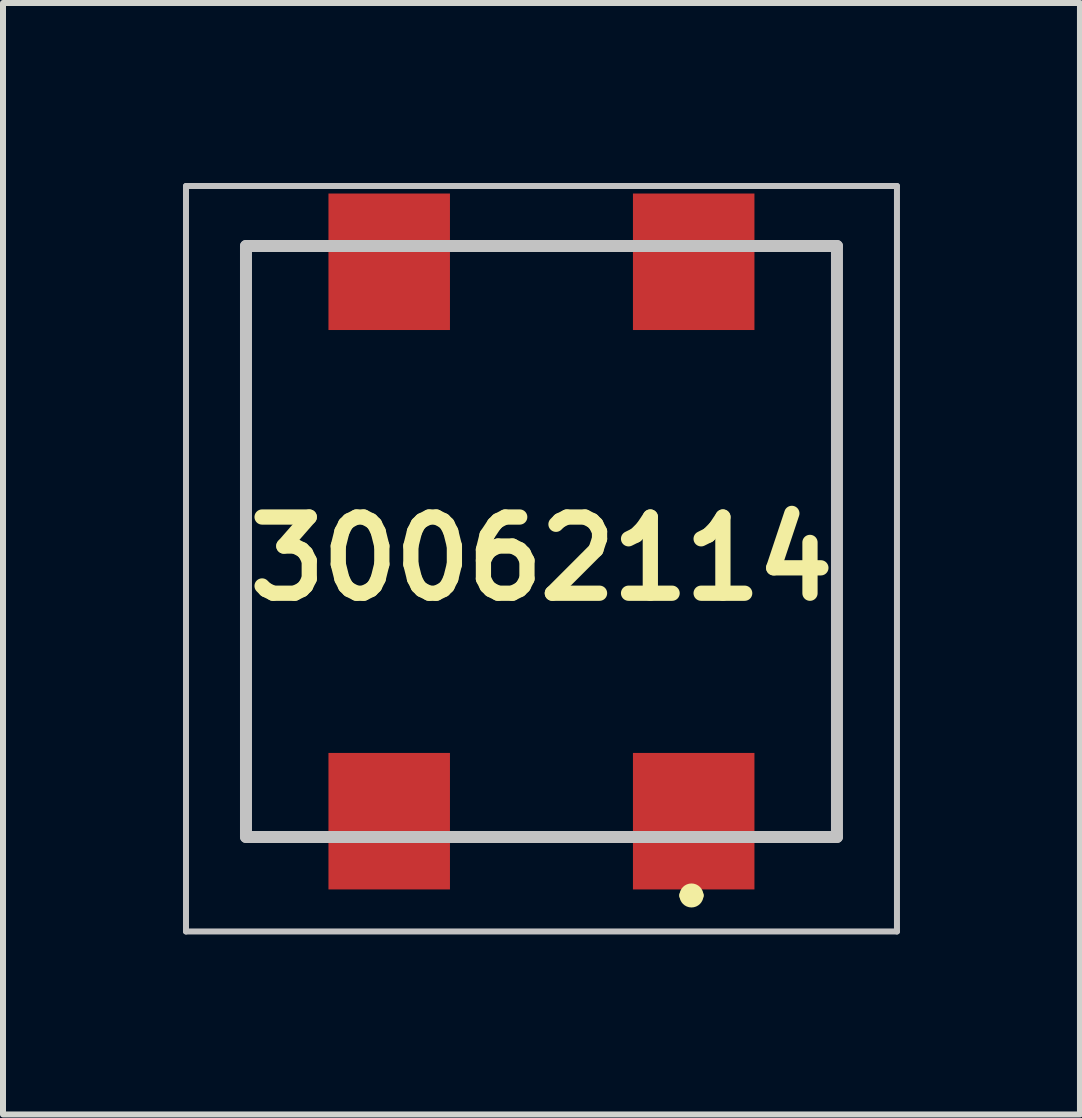
<source format=kicad_pcb>
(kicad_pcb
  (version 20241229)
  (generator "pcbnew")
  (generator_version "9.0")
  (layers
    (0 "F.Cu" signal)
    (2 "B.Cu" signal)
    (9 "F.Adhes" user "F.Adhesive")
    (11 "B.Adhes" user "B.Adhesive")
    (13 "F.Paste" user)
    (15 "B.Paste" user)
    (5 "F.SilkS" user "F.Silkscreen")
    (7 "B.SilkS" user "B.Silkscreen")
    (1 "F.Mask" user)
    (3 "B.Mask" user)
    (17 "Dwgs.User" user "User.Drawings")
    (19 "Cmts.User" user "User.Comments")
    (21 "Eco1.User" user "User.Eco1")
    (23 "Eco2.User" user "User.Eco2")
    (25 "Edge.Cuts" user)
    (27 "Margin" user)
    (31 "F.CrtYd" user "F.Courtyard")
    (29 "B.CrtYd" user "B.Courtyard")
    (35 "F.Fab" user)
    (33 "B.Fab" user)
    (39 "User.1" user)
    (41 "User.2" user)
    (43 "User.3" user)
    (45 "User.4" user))
  (footprint "30062114"
    (layer "F.Cu")
    (at 5.975 5.975)
    (property "Reference" "30062114" (at 0 0.288 0) (layer "F.SilkS") (effects (font (size 1.27 1.27) (thickness 0.254))))
    (attr smd)
    (fp_line (start -4.925 -4.925) (end -4.925 4.925) (stroke (width 0.1) (type solid)) (layer "F.SilkS"))
    (fp_line (start -4.925 4.925) (end -4 4.925) (stroke (width 0.1) (type solid)) (layer "F.SilkS"))
    (fp_line (start -4 -4.925) (end -4.925 -4.925) (stroke (width 0.1) (type solid)) (layer "F.SilkS"))
    (fp_line (start -1 -4.925) (end 1 -4.925) (stroke (width 0.1) (type solid)) (layer "F.SilkS"))
    (fp_line (start -1 4.925) (end 1 4.925) (stroke (width 0.1) (type solid)) (layer "F.SilkS"))
    (fp_line (start 2.4 5.9) (end 2.4 5.9) (stroke (width 0.2) (type solid)) (layer "F.SilkS"))
    (fp_line (start 2.6 5.9) (end 2.6 5.9) (stroke (width 0.2) (type solid)) (layer "F.SilkS"))
    (fp_line (start 4 -4.925) (end 4.925 -4.925) (stroke (width 0.1) (type solid)) (layer "F.SilkS"))
    (fp_line (start 4.925 -4.925) (end 4.925 4.925) (stroke (width 0.1) (type solid)) (layer "F.SilkS"))
    (fp_line (start 4.925 4.925) (end 4 4.925) (stroke (width 0.1) (type solid)) (layer "F.SilkS"))
    (fp_arc (start 2.4 5.9) (mid 2.5 5.8) (end 2.6 5.9) (stroke (width 0.2) (type solid)) (layer "F.SilkS"))
    (fp_arc (start 2.6 5.9) (mid 2.5 6) (end 2.4 5.9) (stroke (width 0.2) (type solid)) (layer "F.SilkS"))
    (fp_line (start -5.925 -5.925) (end 5.925 -5.925) (stroke (width 0.1) (type solid)) (layer "Dwgs.User"))
    (fp_line (start -5.925 6.5) (end -5.925 -5.925) (stroke (width 0.1) (type solid)) (layer "Dwgs.User"))
    (fp_line (start -4.925 -4.925) (end 4.925 -4.925) (stroke (width 0.2) (type solid)) (layer "Dwgs.User"))
    (fp_line (start -4.925 4.925) (end -4.925 -4.925) (stroke (width 0.2) (type solid)) (layer "Dwgs.User"))
    (fp_line (start 4.925 -4.925) (end 4.925 4.925) (stroke (width 0.2) (type solid)) (layer "Dwgs.User"))
    (fp_line (start 4.925 4.925) (end -4.925 4.925) (stroke (width 0.2) (type solid)) (layer "Dwgs.User"))
    (fp_line (start 5.925 -5.925) (end 5.925 6.5) (stroke (width 0.1) (type solid)) (layer "Dwgs.User"))
    (fp_line (start 5.925 6.5) (end -5.925 6.5) (stroke (width 0.1) (type solid)) (layer "Dwgs.User"))
    (pad "1" smd rect (at 2.537 4.662 90) (size 2.275 2.025) (layers "F.Cu" "F.Mask" "F.Paste"))
    (pad "2" smd rect (at -2.538 -4.662 90) (size 2.275 2.025) (layers "F.Cu" "F.Mask" "F.Paste"))
    (pad "3" smd rect (at -2.538 4.662 90) (size 2.275 2.025) (layers "F.Cu" "F.Mask" "F.Paste"))
    (pad "4" smd rect (at 2.537 -4.662 90) (size 2.275 2.025) (layers "F.Cu" "F.Mask" "F.Paste")))
  (gr_rect
    (start -3 -3)
    (end 14.95 15.525)
    (stroke (width 0.1) (type default))
    (fill no)
    (layer "Edge.Cuts")))
</source>
